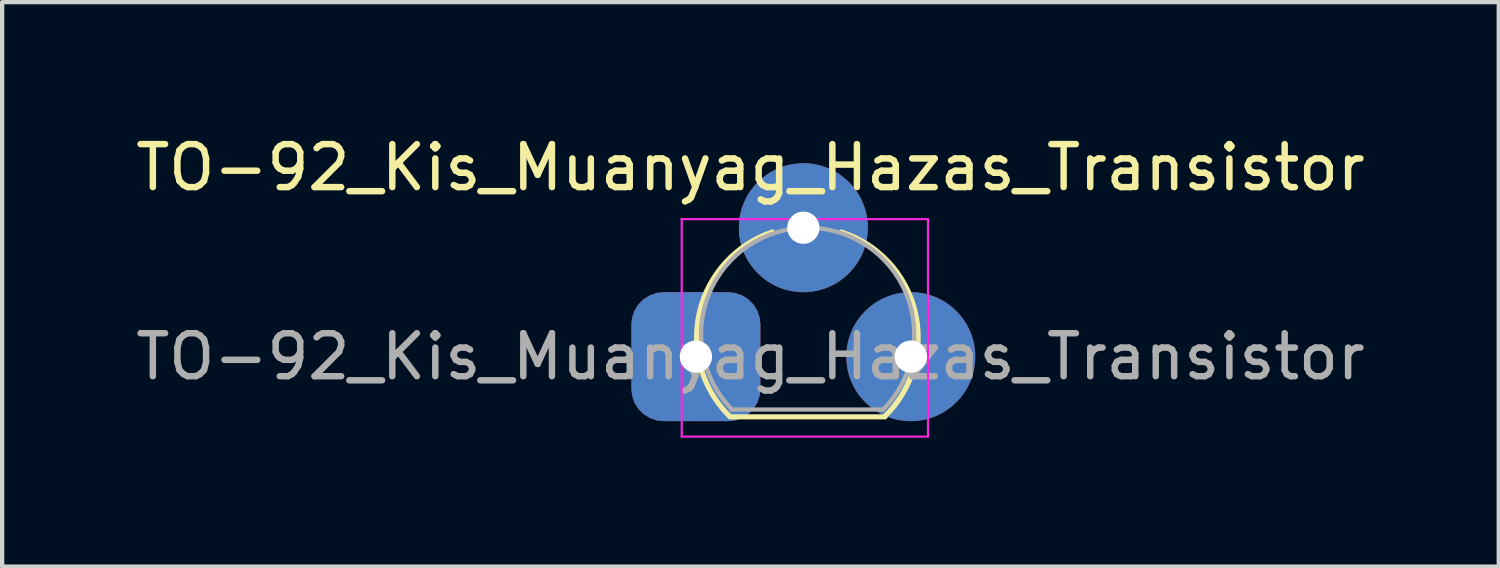
<source format=kicad_pcb>
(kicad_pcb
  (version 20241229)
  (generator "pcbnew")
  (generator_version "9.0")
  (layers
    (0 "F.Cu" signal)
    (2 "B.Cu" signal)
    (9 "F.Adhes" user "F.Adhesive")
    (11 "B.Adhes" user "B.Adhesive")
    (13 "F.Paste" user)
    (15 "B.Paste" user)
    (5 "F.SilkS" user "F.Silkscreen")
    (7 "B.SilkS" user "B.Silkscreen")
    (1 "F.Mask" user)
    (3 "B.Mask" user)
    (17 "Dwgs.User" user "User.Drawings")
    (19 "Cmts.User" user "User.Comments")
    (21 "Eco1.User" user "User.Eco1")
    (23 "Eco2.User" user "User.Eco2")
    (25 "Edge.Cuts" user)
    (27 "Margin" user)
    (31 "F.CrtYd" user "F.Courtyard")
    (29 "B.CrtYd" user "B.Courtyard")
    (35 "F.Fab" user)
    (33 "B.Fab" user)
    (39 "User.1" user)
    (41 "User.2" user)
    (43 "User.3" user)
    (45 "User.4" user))
  (footprint "TO-92_Kis_Muanyag_Hazas_Transistor"
    (layer "F.Cu")
    (at 13.141 5.248)
    (property "Reference" "TO-92_Kis_Muanyag_Hazas_Transistor" (at 1.27 -4.4 0) (layer "F.SilkS") (effects (font (size 1 1) (thickness 0.15))))
    (attr through_hole)
    (fp_line (start 0.8 1.4) (end 4.4 1.4) (stroke (width 0.12) (type solid)) (layer "F.SilkS"))
    (fp_arc (start 0.788125 1.391741) (mid 0.082769 -1.031764) (end 1.78 -2.9) (stroke (width 0.12) (type solid)) (layer "F.SilkS"))
    (fp_arc (start 3.38 -2.9) (mid 5.099931 -1.051036) (end 4.408445 1.377684) (stroke (width 0.12) (type solid)) (layer "F.SilkS"))
    (fp_line (start -0.33 -3.2) (end -0.33 1.86) (stroke (width 0.05) (type solid)) (layer "F.CrtYd"))
    (fp_line (start -0.33 -3.2) (end 5.4 -3.2) (stroke (width 0.05) (type solid)) (layer "F.CrtYd"))
    (fp_line (start 5.4 1.86) (end -0.33 1.86) (stroke (width 0.05) (type solid)) (layer "F.CrtYd"))
    (fp_line (start 5.4 1.86) (end 5.4 -3.2) (stroke (width 0.05) (type solid)) (layer "F.CrtYd"))
    (fp_line (start 0.83 1.23) (end 4.33 1.23) (stroke (width 0.1) (type solid)) (layer "F.Fab"))
    (fp_arc (start 0.846375 1.233625) (mid 0.308779 -1.469055) (end 2.6 -3) (stroke (width 0.1) (type solid)) (layer "F.Fab"))
    (fp_arc (start 2.6 -3) (mid 4.891221 -1.469055) (end 4.353625 1.233625) (stroke (width 0.1) (type solid)) (layer "F.Fab"))
    (fp_text user "${REFERENCE}" (at 1.27 0 0) (layer "F.Fab") (effects (font (size 1 1) (thickness 0.15))))
    (pad "1" thru_hole roundrect (at 0 0) (size 3 3) (drill 0.75) (layers "*.Cu" "*.Mask") (roundrect_rratio 0.25) (chamfer_ratio 0.2) (chamfer))
    (pad "2" thru_hole circle (at 2.5 -3) (size 3 3) (drill 0.75) (layers "*.Cu" "*.Mask"))
    (pad "3" thru_hole circle (at 5 0) (size 3 3) (drill 0.75) (layers "*.Cu" "*.Mask")))
  (gr_rect
    (start -3 -3)
    (end 31.821 10.133)
    (stroke (width 0.1) (type default))
    (fill no)
    (layer "Edge.Cuts")))
</source>
